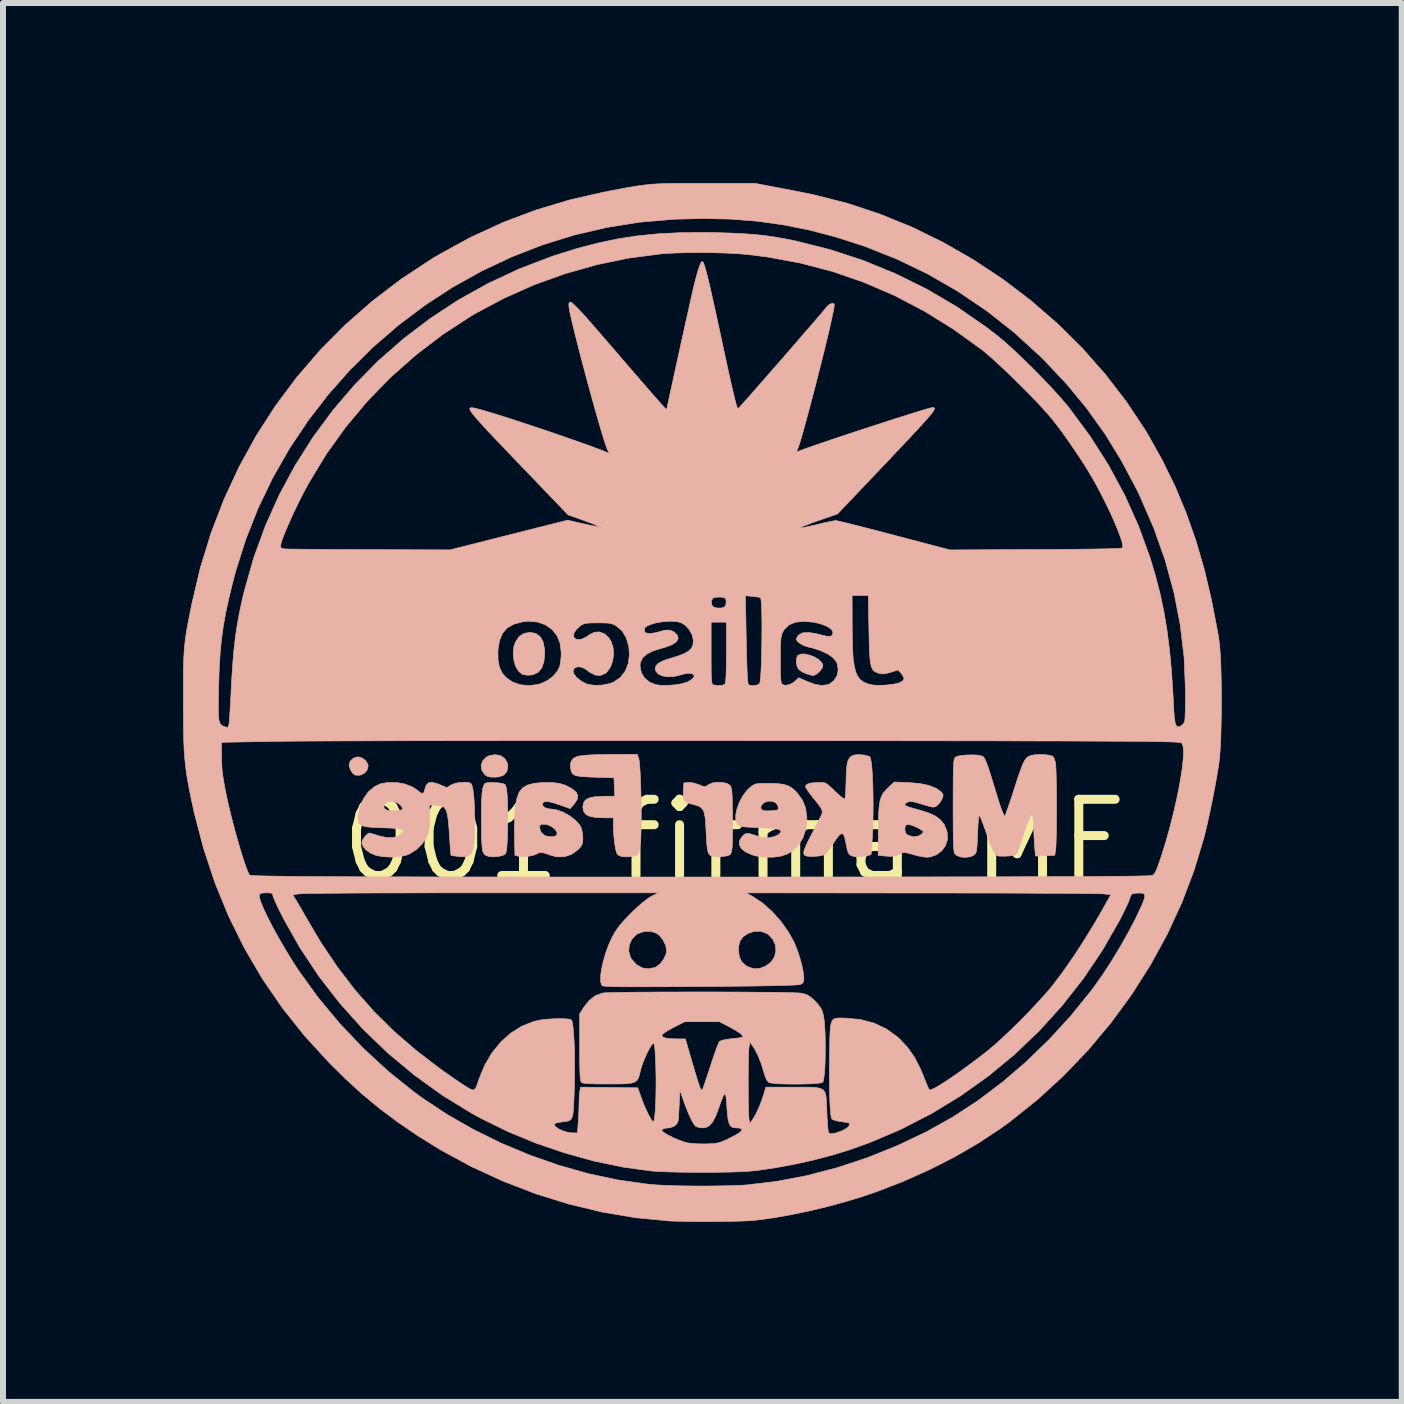
<source format=kicad_pcb>
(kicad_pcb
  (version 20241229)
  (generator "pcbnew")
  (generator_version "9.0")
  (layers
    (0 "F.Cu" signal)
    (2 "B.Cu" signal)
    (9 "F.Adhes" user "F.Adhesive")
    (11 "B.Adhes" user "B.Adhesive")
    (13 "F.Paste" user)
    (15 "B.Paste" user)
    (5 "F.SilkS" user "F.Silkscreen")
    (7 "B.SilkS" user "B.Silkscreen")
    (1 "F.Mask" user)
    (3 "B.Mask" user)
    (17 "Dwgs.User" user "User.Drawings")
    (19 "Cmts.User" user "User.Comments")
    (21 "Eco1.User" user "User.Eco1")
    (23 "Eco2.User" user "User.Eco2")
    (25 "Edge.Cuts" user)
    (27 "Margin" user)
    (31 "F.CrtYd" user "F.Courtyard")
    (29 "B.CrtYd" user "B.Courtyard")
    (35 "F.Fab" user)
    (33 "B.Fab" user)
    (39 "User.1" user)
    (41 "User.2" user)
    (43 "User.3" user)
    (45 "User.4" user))
  (footprint "001_firma_MF"
    (layer "F.Cu")
    (at 9.18 10.958)
    (property "Reference" "001_firma_MF" (at 0 0 0) (layer "F.SilkS") (effects (font (size 1.27 1.27) (thickness 0.15))))
    (attr through_hole)
    (fp_poly (pts (xy -6.198 -1.38) (xy -6.139 -1.336) (xy -6.102 -1.277) (xy -6.096 -1.242) (xy -6.115 -1.173) (xy -6.164 -1.121) (xy -6.233 -1.091) (xy -6.31 -1.093) (xy -6.313 -1.094) (xy -6.351 -1.122) (xy -6.387 -1.175) (xy -6.41 -1.237) (xy -6.413 -1.269) (xy -6.395 -1.326) (xy -6.346 -1.372) (xy -6.282 -1.396) (xy -6.264 -1.397) (xy -6.198 -1.38)) (stroke (width 0.01) (type solid)) (fill yes) (layer "B.SilkS"))
    (fp_poly (pts (xy -3.888 -1.416) (xy -3.82 -1.37) (xy -3.778 -1.299) (xy -3.768 -1.234) (xy -3.785 -1.152) (xy -3.835 -1.095) (xy -3.918 -1.064) (xy -3.99 -1.058) (xy -4.066 -1.062) (xy -4.116 -1.076) (xy -4.156 -1.106) (xy -4.16 -1.11) (xy -4.205 -1.181) (xy -4.213 -1.257) (xy -4.188 -1.33) (xy -4.132 -1.389) (xy -4.073 -1.419) (xy -3.975 -1.434) (xy -3.888 -1.416)) (stroke (width 0.01) (type solid)) (fill yes) (layer "B.SilkS"))
    (fp_poly (pts (xy 1.267 -3.091) (xy 1.349 -3.057) (xy 1.419 -3.013) (xy 1.466 -2.962) (xy 1.482 -2.916) (xy 1.466 -2.872) (xy 1.426 -2.821) (xy 1.377 -2.778) (xy 1.33 -2.754) (xy 1.319 -2.753) (xy 1.275 -2.761) (xy 1.214 -2.779) (xy 1.196 -2.785) (xy 1.133 -2.815) (xy 1.082 -2.852) (xy 1.074 -2.86) (xy 1.049 -2.913) (xy 1.038 -2.98) (xy 1.043 -3.045) (xy 1.063 -3.086) (xy 1.114 -3.11) (xy 1.185 -3.11) (xy 1.267 -3.091)) (stroke (width 0.01) (type solid)) (fill yes) (layer "B.SilkS"))
    (fp_poly (pts (xy -3.302 -3.453) (xy -3.229 -3.4) (xy -3.181 -3.314) (xy -3.157 -3.196) (xy -3.154 -3.133) (xy -3.166 -2.99) (xy -3.202 -2.882) (xy -3.261 -2.808) (xy -3.344 -2.767) (xy -3.389 -2.759) (xy -3.464 -2.76) (xy -3.527 -2.774) (xy -3.535 -2.777) (xy -3.595 -2.831) (xy -3.641 -2.914) (xy -3.669 -3.015) (xy -3.679 -3.125) (xy -3.668 -3.233) (xy -3.641 -3.312) (xy -3.58 -3.402) (xy -3.5 -3.454) (xy -3.398 -3.471) (xy -3.396 -3.471) (xy -3.302 -3.453)) (stroke (width 0.01) (type solid)) (fill yes) (layer "B.SilkS"))
    (fp_poly (pts (xy -3.966 -0.968) (xy -3.893 -0.96) (xy -3.837 -0.947) (xy -3.81 -0.932) (xy -3.794 -0.883) (xy -3.782 -0.795) (xy -3.774 -0.673) (xy -3.77 -0.521) (xy -3.769 -0.34) (xy -3.772 -0.197) (xy -3.776 -0.052) (xy -3.781 0.056) (xy -3.787 0.132) (xy -3.795 0.183) (xy -3.806 0.213) (xy -3.814 0.224) (xy -3.86 0.248) (xy -3.931 0.263) (xy -4.012 0.269) (xy -4.085 0.262) (xy -4.127 0.249) (xy -4.152 0.233) (xy -4.171 0.211) (xy -4.185 0.178) (xy -4.195 0.127) (xy -4.201 0.056) (xy -4.206 -0.043) (xy -4.208 -0.174) (xy -4.209 -0.339) (xy -4.209 -0.522) (xy -4.206 -0.667) (xy -4.199 -0.778) (xy -4.189 -0.859) (xy -4.174 -0.914) (xy -4.155 -0.948) (xy -4.145 -0.956) (xy -4.106 -0.968) (xy -4.041 -0.971) (xy -3.966 -0.968)) (stroke (width 0.01) (type solid)) (fill yes) (layer "B.SilkS"))
    (fp_poly (pts (xy -0.188 -0.971) (xy -0.111 -0.951) (xy -0.082 -0.933) (xy -0.065 -0.919) (xy -0.053 -0.902) (xy -0.044 -0.876) (xy -0.037 -0.836) (xy -0.033 -0.777) (xy -0.029 -0.692) (xy -0.027 -0.575) (xy -0.025 -0.441) (xy -0.024 -0.299) (xy -0.024 -0.165) (xy -0.025 -0.046) (xy -0.027 0.049) (xy -0.031 0.112) (xy -0.032 0.121) (xy -0.042 0.186) (xy -0.057 0.222) (xy -0.086 0.242) (xy -0.123 0.253) (xy -0.238 0.271) (xy -0.353 0.26) (xy -0.387 0.25) (xy -0.413 0.23) (xy -0.431 0.194) (xy -0.444 0.136) (xy -0.454 0.051) (xy -0.461 -0.069) (xy -0.464 -0.132) (xy -0.472 -0.277) (xy -0.481 -0.386) (xy -0.496 -0.465) (xy -0.519 -0.519) (xy -0.553 -0.557) (xy -0.603 -0.582) (xy -0.67 -0.602) (xy -0.715 -0.613) (xy -0.779 -0.632) (xy -0.82 -0.658) (xy -0.84 -0.7) (xy -0.846 -0.767) (xy -0.843 -0.848) (xy -0.836 -0.963) (xy -0.757 -0.97) (xy -0.679 -0.963) (xy -0.591 -0.937) (xy -0.58 -0.933) (xy -0.522 -0.908) (xy -0.486 -0.9) (xy -0.459 -0.909) (xy -0.429 -0.932) (xy -0.364 -0.962) (xy -0.278 -0.975) (xy -0.188 -0.971)) (stroke (width 0.01) (type solid)) (fill yes) (layer "B.SilkS"))
    (fp_poly (pts (xy -1.587 -1.371) (xy -1.579 -1.327) (xy -1.571 -1.248) (xy -1.564 -1.14) (xy -1.558 -1.01) (xy -1.553 -0.864) (xy -1.549 -0.709) (xy -1.547 -0.551) (xy -1.546 -0.398) (xy -1.547 -0.256) (xy -1.55 -0.131) (xy -1.555 -0.036) (xy -1.564 0.061) (xy -1.575 0.143) (xy -1.588 0.202) (xy -1.596 0.224) (xy -1.634 0.246) (xy -1.698 0.262) (xy -1.776 0.269) (xy -1.852 0.266) (xy -1.877 0.262) (xy -1.925 0.241) (xy -1.946 0.224) (xy -1.961 0.186) (xy -1.977 0.117) (xy -1.991 0.025) (xy -2.002 -0.078) (xy -2.009 -0.184) (xy -2.01 -0.249) (xy -2.011 -0.381) (xy -2.164 -0.381) (xy -2.301 -0.387) (xy -2.401 -0.405) (xy -2.468 -0.438) (xy -2.506 -0.488) (xy -2.519 -0.556) (xy -2.519 -0.561) (xy -2.508 -0.629) (xy -2.474 -0.679) (xy -2.412 -0.713) (xy -2.318 -0.733) (xy -2.188 -0.74) (xy -2.153 -0.741) (xy -1.988 -0.741) (xy -1.994 -0.894) (xy -2 -1.048) (xy -2.322 -1.058) (xy -2.458 -1.064) (xy -2.558 -1.071) (xy -2.627 -1.083) (xy -2.673 -1.101) (xy -2.7 -1.129) (xy -2.715 -1.169) (xy -2.724 -1.22) (xy -2.724 -1.291) (xy -2.7 -1.345) (xy -2.693 -1.354) (xy -2.667 -1.378) (xy -2.629 -1.397) (xy -2.574 -1.412) (xy -2.498 -1.422) (xy -2.395 -1.43) (xy -2.262 -1.435) (xy -2.093 -1.437) (xy -2.008 -1.438) (xy -1.613 -1.439) (xy -1.587 -1.371)) (stroke (width 0.01) (type solid)) (fill yes) (layer "B.SilkS"))
    (fp_poly (pts (xy -2.909 -0.955) (xy -2.804 -0.922) (xy -2.701 -0.867) (xy -2.698 -0.865) (xy -2.629 -0.808) (xy -2.602 -0.748) (xy -2.615 -0.681) (xy -2.667 -0.607) (xy -2.73 -0.535) (xy -2.901 -0.596) (xy -3.016 -0.633) (xy -3.099 -0.652) (xy -3.153 -0.652) (xy -3.183 -0.633) (xy -3.19 -0.621) (xy -3.186 -0.582) (xy -3.149 -0.55) (xy -3.088 -0.531) (xy -3.055 -0.529) (xy -2.952 -0.514) (xy -2.841 -0.472) (xy -2.732 -0.411) (xy -2.638 -0.338) (xy -2.569 -0.258) (xy -2.548 -0.219) (xy -2.53 -0.155) (xy -2.52 -0.075) (xy -2.519 -0.041) (xy -2.522 0.029) (xy -2.538 0.077) (xy -2.575 0.124) (xy -2.599 0.148) (xy -2.705 0.227) (xy -2.826 0.267) (xy -2.956 0.268) (xy -3.059 0.241) (xy -3.144 0.21) (xy -3.203 0.197) (xy -3.246 0.2) (xy -3.284 0.219) (xy -3.284 0.219) (xy -3.344 0.243) (xy -3.428 0.26) (xy -3.516 0.266) (xy -3.589 0.26) (xy -3.598 0.257) (xy -3.651 0.242) (xy -3.657 -0.075) (xy -3.658 -0.205) (xy -3.658 -0.215) (xy -3.239 -0.215) (xy -3.219 -0.147) (xy -3.165 -0.094) (xy -3.133 -0.079) (xy -3.071 -0.067) (xy -3.006 -0.069) (xy -2.967 -0.082) (xy -2.945 -0.114) (xy -2.956 -0.156) (xy -2.991 -0.199) (xy -3.044 -0.238) (xy -3.107 -0.266) (xy -3.168 -0.275) (xy -3.216 -0.271) (xy -3.235 -0.252) (xy -3.239 -0.215) (xy -3.658 -0.215) (xy -3.656 -0.337) (xy -3.651 -0.458) (xy -3.644 -0.553) (xy -3.642 -0.568) (xy -3.618 -0.704) (xy -3.581 -0.806) (xy -3.524 -0.879) (xy -3.442 -0.927) (xy -3.33 -0.956) (xy -3.183 -0.97) (xy -3.18 -0.97) (xy -3.03 -0.97) (xy -2.909 -0.955)) (stroke (width 0.01) (type solid)) (fill yes) (layer "B.SilkS"))
    (fp_poly (pts (xy 0.736 -0.951) (xy 0.83 -0.938) (xy 0.904 -0.914) (xy 0.966 -0.878) (xy 1.023 -0.828) (xy 1.05 -0.799) (xy 1.141 -0.675) (xy 1.194 -0.54) (xy 1.214 -0.387) (xy 1.214 -0.37) (xy 1.198 -0.199) (xy 1.148 -0.047) (xy 1.068 0.08) (xy 0.959 0.18) (xy 0.88 0.225) (xy 0.772 0.259) (xy 0.641 0.275) (xy 0.501 0.273) (xy 0.367 0.254) (xy 0.301 0.235) (xy 0.192 0.186) (xy 0.121 0.128) (xy 0.088 0.063) (xy 0.094 -0.006) (xy 0.137 -0.071) (xy 0.171 -0.105) (xy 0.203 -0.121) (xy 0.244 -0.121) (xy 0.305 -0.105) (xy 0.371 -0.083) (xy 0.476 -0.054) (xy 0.565 -0.048) (xy 0.591 -0.051) (xy 0.673 -0.069) (xy 0.734 -0.097) (xy 0.772 -0.129) (xy 0.782 -0.16) (xy 0.759 -0.186) (xy 0.714 -0.199) (xy 0.667 -0.204) (xy 0.588 -0.209) (xy 0.488 -0.215) (xy 0.378 -0.22) (xy 0.37 -0.22) (xy 0.257 -0.225) (xy 0.178 -0.23) (xy 0.125 -0.238) (xy 0.092 -0.248) (xy 0.07 -0.264) (xy 0.056 -0.279) (xy 0.03 -0.342) (xy 0.029 -0.428) (xy 0.049 -0.529) (xy 0.065 -0.573) (xy 0.449 -0.573) (xy 0.45 -0.53) (xy 0.484 -0.503) (xy 0.492 -0.501) (xy 0.538 -0.497) (xy 0.601 -0.498) (xy 0.666 -0.503) (xy 0.717 -0.51) (xy 0.736 -0.518) (xy 0.739 -0.543) (xy 0.732 -0.581) (xy 0.701 -0.628) (xy 0.645 -0.655) (xy 0.577 -0.66) (xy 0.511 -0.64) (xy 0.482 -0.619) (xy 0.449 -0.573) (xy 0.065 -0.573) (xy 0.088 -0.636) (xy 0.142 -0.739) (xy 0.21 -0.831) (xy 0.246 -0.868) (xy 0.303 -0.917) (xy 0.35 -0.942) (xy 0.407 -0.953) (xy 0.46 -0.955) (xy 0.615 -0.956) (xy 0.736 -0.951)) (stroke (width 0.01) (type solid)) (fill yes) (layer "B.SilkS"))
    (fp_poly (pts (xy 2.907 -0.969) (xy 3.093 -0.953) (xy 3.248 -0.921) (xy 3.369 -0.873) (xy 3.446 -0.818) (xy 3.477 -0.783) (xy 3.484 -0.752) (xy 3.47 -0.707) (xy 3.464 -0.693) (xy 3.429 -0.633) (xy 3.385 -0.586) (xy 3.379 -0.582) (xy 3.351 -0.566) (xy 3.322 -0.56) (xy 3.282 -0.565) (xy 3.22 -0.582) (xy 3.154 -0.602) (xy 3.053 -0.632) (xy 2.983 -0.649) (xy 2.935 -0.653) (xy 2.899 -0.646) (xy 2.869 -0.628) (xy 2.849 -0.61) (xy 2.847 -0.594) (xy 2.868 -0.579) (xy 2.917 -0.56) (xy 2.999 -0.536) (xy 3.075 -0.516) (xy 3.232 -0.467) (xy 3.352 -0.413) (xy 3.44 -0.348) (xy 3.502 -0.27) (xy 3.542 -0.174) (xy 3.552 -0.134) (xy 3.557 -0.024) (xy 3.525 0.078) (xy 3.463 0.166) (xy 3.377 0.232) (xy 3.273 0.27) (xy 3.212 0.275) (xy 3.151 0.269) (xy 3.072 0.254) (xy 3.026 0.242) (xy 2.931 0.216) (xy 2.869 0.2) (xy 2.829 0.195) (xy 2.803 0.199) (xy 2.784 0.212) (xy 2.777 0.217) (xy 2.708 0.25) (xy 2.604 0.261) (xy 2.508 0.255) (xy 2.402 0.243) (xy 2.405 -0.16) (xy 2.405 -0.191) (xy 2.847 -0.191) (xy 2.855 -0.133) (xy 2.886 -0.099) (xy 2.9 -0.091) (xy 2.988 -0.066) (xy 3.071 -0.078) (xy 3.107 -0.096) (xy 3.142 -0.127) (xy 3.154 -0.149) (xy 3.136 -0.171) (xy 3.09 -0.2) (xy 3.029 -0.23) (xy 2.966 -0.256) (xy 2.914 -0.27) (xy 2.893 -0.271) (xy 2.861 -0.258) (xy 2.848 -0.222) (xy 2.847 -0.191) (xy 2.405 -0.191) (xy 2.407 -0.335) (xy 2.411 -0.474) (xy 2.42 -0.583) (xy 2.434 -0.667) (xy 2.455 -0.734) (xy 2.483 -0.788) (xy 2.522 -0.836) (xy 2.564 -0.879) (xy 2.67 -0.978) (xy 2.907 -0.969)) (stroke (width 0.01) (type solid)) (fill yes) (layer "B.SilkS"))
    (fp_poly (pts (xy 2.162 -1.428) (xy 2.234 -1.411) (xy 2.262 -1.399) (xy 2.276 -1.369) (xy 2.288 -1.303) (xy 2.298 -1.206) (xy 2.306 -1.083) (xy 2.313 -0.939) (xy 2.316 -0.781) (xy 2.318 -0.614) (xy 2.317 -0.442) (xy 2.314 -0.273) (xy 2.308 -0.11) (xy 2.299 0.04) (xy 2.294 0.1) (xy 2.283 0.232) (xy 2.196 0.255) (xy 2.116 0.267) (xy 2.031 0.267) (xy 2.017 0.265) (xy 1.963 0.253) (xy 1.927 0.233) (xy 1.901 0.194) (xy 1.882 0.13) (xy 1.863 0.033) (xy 1.845 -0.054) (xy 1.824 -0.105) (xy 1.796 -0.12) (xy 1.76 -0.099) (xy 1.711 -0.04) (xy 1.646 0.055) (xy 1.64 0.064) (xy 1.594 0.133) (xy 1.553 0.189) (xy 1.525 0.222) (xy 1.522 0.225) (xy 1.48 0.242) (xy 1.412 0.255) (xy 1.332 0.262) (xy 1.257 0.262) (xy 1.206 0.255) (xy 1.176 0.241) (xy 1.162 0.217) (xy 1.164 0.176) (xy 1.185 0.115) (xy 1.225 0.026) (xy 1.274 -0.071) (xy 1.325 -0.169) (xy 1.374 -0.265) (xy 1.414 -0.344) (xy 1.435 -0.384) (xy 1.458 -0.431) (xy 1.47 -0.469) (xy 1.467 -0.504) (xy 1.448 -0.546) (xy 1.409 -0.602) (xy 1.347 -0.679) (xy 1.314 -0.72) (xy 1.259 -0.791) (xy 1.217 -0.853) (xy 1.193 -0.896) (xy 1.19 -0.909) (xy 1.217 -0.941) (xy 1.283 -0.961) (xy 1.389 -0.971) (xy 1.415 -0.972) (xy 1.467 -0.972) (xy 1.506 -0.966) (xy 1.543 -0.949) (xy 1.586 -0.916) (xy 1.645 -0.861) (xy 1.684 -0.822) (xy 1.765 -0.748) (xy 1.819 -0.706) (xy 1.847 -0.697) (xy 1.85 -0.701) (xy 1.854 -0.732) (xy 1.859 -0.797) (xy 1.863 -0.886) (xy 1.867 -0.992) (xy 1.867 -1.018) (xy 1.873 -1.157) (xy 1.882 -1.26) (xy 1.899 -1.333) (xy 1.924 -1.381) (xy 1.959 -1.411) (xy 2.007 -1.428) (xy 2.011 -1.429) (xy 2.081 -1.434) (xy 2.162 -1.428)) (stroke (width 0.01) (type solid)) (fill yes) (layer "B.SilkS"))
    (fp_poly (pts (xy -4.412 -0.966) (xy -4.384 -0.955) (xy -4.365 -0.921) (xy -4.349 -0.85) (xy -4.336 -0.744) (xy -4.327 -0.608) (xy -4.322 -0.446) (xy -4.321 -0.318) (xy -4.323 -0.14) (xy -4.329 -0.001) (xy -4.341 0.104) (xy -4.362 0.179) (xy -4.393 0.229) (xy -4.435 0.257) (xy -4.492 0.268) (xy -4.564 0.266) (xy -4.582 0.264) (xy -4.65 0.255) (xy -4.699 0.248) (xy -4.715 0.244) (xy -4.719 0.222) (xy -4.724 0.166) (xy -4.73 0.081) (xy -4.737 -0.023) (xy -4.741 -0.087) (xy -4.752 -0.247) (xy -4.765 -0.369) (xy -4.781 -0.459) (xy -4.804 -0.521) (xy -4.836 -0.561) (xy -4.879 -0.582) (xy -4.935 -0.591) (xy -4.981 -0.593) (xy -5.075 -0.593) (xy -5.072 -0.386) (xy -5.072 -0.282) (xy -5.078 -0.206) (xy -5.09 -0.146) (xy -5.112 -0.087) (xy -5.12 -0.068) (xy -5.193 0.049) (xy -5.293 0.148) (xy -5.409 0.221) (xy -5.468 0.244) (xy -5.581 0.265) (xy -5.715 0.273) (xy -5.848 0.266) (xy -5.963 0.245) (xy -5.972 0.242) (xy -6.059 0.204) (xy -6.133 0.151) (xy -6.183 0.093) (xy -6.202 0.037) (xy -6.189 -0.009) (xy -6.157 -0.061) (xy -6.117 -0.105) (xy -6.08 -0.127) (xy -6.076 -0.127) (xy -6.046 -0.121) (xy -5.989 -0.104) (xy -5.918 -0.082) (xy -5.788 -0.052) (xy -5.675 -0.052) (xy -5.585 -0.082) (xy -5.549 -0.107) (xy -5.518 -0.139) (xy -5.507 -0.164) (xy -5.518 -0.182) (xy -5.556 -0.195) (xy -5.624 -0.205) (xy -5.727 -0.211) (xy -5.867 -0.216) (xy -5.897 -0.217) (xy -6.033 -0.223) (xy -6.132 -0.233) (xy -6.199 -0.251) (xy -6.239 -0.28) (xy -6.259 -0.322) (xy -6.263 -0.381) (xy -6.26 -0.421) (xy -6.23 -0.57) (xy -6.227 -0.576) (xy -5.834 -0.576) (xy -5.827 -0.536) (xy -5.78 -0.508) (xy -5.768 -0.504) (xy -5.715 -0.499) (xy -5.649 -0.499) (xy -5.585 -0.504) (xy -5.539 -0.513) (xy -5.528 -0.519) (xy -5.526 -0.546) (xy -5.551 -0.586) (xy -5.596 -0.625) (xy -5.598 -0.626) (xy -5.676 -0.658) (xy -5.752 -0.652) (xy -5.801 -0.623) (xy -5.834 -0.576) (xy -6.227 -0.576) (xy -6.171 -0.705) (xy -6.089 -0.818) (xy -5.987 -0.903) (xy -5.888 -0.949) (xy -5.759 -0.972) (xy -5.62 -0.97) (xy -5.485 -0.945) (xy -5.364 -0.899) (xy -5.283 -0.846) (xy -5.226 -0.8) (xy -5.189 -0.787) (xy -5.167 -0.807) (xy -5.153 -0.852) (xy -5.129 -0.924) (xy -5.091 -0.964) (xy -5.034 -0.973) (xy -4.951 -0.954) (xy -4.889 -0.929) (xy -4.785 -0.885) (xy -4.713 -0.929) (xy -4.649 -0.955) (xy -4.567 -0.971) (xy -4.482 -0.975) (xy -4.412 -0.966)) (stroke (width 0.01) (type solid)) (fill yes) (layer "B.SilkS"))
    (fp_poly (pts (xy 5.169 -1.434) (xy 5.245 -1.426) (xy 5.299 -1.413) (xy 5.314 -1.404) (xy 5.334 -1.369) (xy 5.353 -1.313) (xy 5.356 -1.299) (xy 5.361 -1.256) (xy 5.365 -1.178) (xy 5.369 -1.071) (xy 5.371 -0.941) (xy 5.373 -0.795) (xy 5.374 -0.639) (xy 5.374 -0.481) (xy 5.373 -0.326) (xy 5.372 -0.182) (xy 5.369 -0.055) (xy 5.366 0.048) (xy 5.362 0.122) (xy 5.359 0.148) (xy 5.345 0.243) (xy 5.184 0.25) (xy 5.023 0.256) (xy 5.009 0.093) (xy 5.002 -0.014) (xy 4.996 -0.131) (xy 4.994 -0.22) (xy 4.991 -0.302) (xy 4.984 -0.371) (xy 4.975 -0.413) (xy 4.963 -0.433) (xy 4.949 -0.426) (xy 4.928 -0.386) (xy 4.916 -0.36) (xy 4.892 -0.3) (xy 4.86 -0.213) (xy 4.824 -0.111) (xy 4.797 -0.032) (xy 4.765 0.063) (xy 4.737 0.143) (xy 4.715 0.201) (xy 4.704 0.225) (xy 4.674 0.24) (xy 4.612 0.251) (xy 4.529 0.257) (xy 4.434 0.257) (xy 4.417 0.257) (xy 4.389 0.251) (xy 4.363 0.232) (xy 4.336 0.196) (xy 4.307 0.138) (xy 4.271 0.054) (xy 4.228 -0.062) (xy 4.181 -0.196) (xy 4.148 -0.286) (xy 4.119 -0.359) (xy 4.097 -0.408) (xy 4.086 -0.423) (xy 4.08 -0.403) (xy 4.073 -0.349) (xy 4.066 -0.266) (xy 4.061 -0.164) (xy 4.059 -0.112) (xy 4.054 0.01) (xy 4.048 0.097) (xy 4.042 0.155) (xy 4.033 0.193) (xy 4.02 0.218) (xy 4.002 0.236) (xy 4 0.237) (xy 3.94 0.266) (xy 3.861 0.277) (xy 3.78 0.271) (xy 3.714 0.248) (xy 3.692 0.231) (xy 3.681 0.217) (xy 3.672 0.199) (xy 3.666 0.172) (xy 3.661 0.132) (xy 3.657 0.075) (xy 3.654 -0.004) (xy 3.653 -0.109) (xy 3.652 -0.244) (xy 3.651 -0.413) (xy 3.651 -0.584) (xy 3.651 -0.786) (xy 3.652 -0.95) (xy 3.653 -1.08) (xy 3.655 -1.18) (xy 3.658 -1.255) (xy 3.662 -1.309) (xy 3.667 -1.346) (xy 3.675 -1.37) (xy 3.683 -1.385) (xy 3.688 -1.39) (xy 3.728 -1.409) (xy 3.799 -1.422) (xy 3.886 -1.429) (xy 3.978 -1.43) (xy 4.063 -1.425) (xy 4.128 -1.412) (xy 4.156 -1.399) (xy 4.176 -1.368) (xy 4.204 -1.306) (xy 4.236 -1.221) (xy 4.264 -1.135) (xy 4.302 -1.011) (xy 4.346 -0.868) (xy 4.389 -0.727) (xy 4.413 -0.651) (xy 4.443 -0.556) (xy 4.471 -0.477) (xy 4.492 -0.424) (xy 4.505 -0.402) (xy 4.505 -0.402) (xy 4.517 -0.421) (xy 4.538 -0.475) (xy 4.568 -0.557) (xy 4.604 -0.662) (xy 4.644 -0.784) (xy 4.655 -0.82) (xy 4.709 -0.987) (xy 4.753 -1.118) (xy 4.789 -1.218) (xy 4.819 -1.291) (xy 4.847 -1.343) (xy 4.873 -1.378) (xy 4.901 -1.4) (xy 4.933 -1.415) (xy 4.944 -1.419) (xy 5.005 -1.431) (xy 5.085 -1.436) (xy 5.169 -1.434)) (stroke (width 0.01) (type solid)) (fill yes) (layer "B.SilkS"))
    (fp_poly (pts (xy -0.497 -10.953) (xy 0.349 -10.953) (xy 0.72 -10.883) (xy 0.863 -10.856) (xy 1.013 -10.827) (xy 1.158 -10.798) (xy 1.281 -10.773) (xy 1.333 -10.762) (xy 1.888 -10.621) (xy 2.434 -10.44) (xy 2.969 -10.222) (xy 3.49 -9.967) (xy 3.994 -9.677) (xy 4.48 -9.355) (xy 4.944 -9.002) (xy 5.384 -8.621) (xy 5.798 -8.212) (xy 6.181 -7.778) (xy 6.533 -7.322) (xy 6.851 -6.844) (xy 6.902 -6.759) (xy 7.136 -6.34) (xy 7.345 -5.913) (xy 7.529 -5.473) (xy 7.691 -5.016) (xy 7.832 -4.535) (xy 7.953 -4.026) (xy 8.058 -3.484) (xy 8.079 -3.355) (xy 8.092 -3.25) (xy 8.102 -3.109) (xy 8.111 -2.94) (xy 8.116 -2.75) (xy 8.12 -2.545) (xy 8.121 -2.332) (xy 8.12 -2.119) (xy 8.116 -1.912) (xy 8.111 -1.718) (xy 8.102 -1.544) (xy 8.092 -1.397) (xy 8.079 -1.285) (xy 8.079 -1.281) (xy 8.05 -1.107) (xy 8.015 -0.909) (xy 7.975 -0.7) (xy 7.932 -0.492) (xy 7.889 -0.297) (xy 7.849 -0.126) (xy 7.833 -0.061) (xy 7.667 0.49) (xy 7.462 1.03) (xy 7.219 1.557) (xy 6.939 2.069) (xy 6.625 2.563) (xy 6.278 3.037) (xy 5.899 3.489) (xy 5.491 3.915) (xy 5.056 4.314) (xy 4.594 4.683) (xy 4.434 4.799) (xy 4.07 5.039) (xy 3.673 5.269) (xy 3.251 5.484) (xy 2.814 5.679) (xy 2.37 5.85) (xy 2.12 5.935) (xy 1.837 6.02) (xy 1.54 6.1) (xy 1.239 6.172) (xy 0.943 6.233) (xy 0.662 6.283) (xy 0.407 6.318) (xy 0.318 6.327) (xy 0.23 6.333) (xy 0.108 6.338) (xy -0.039 6.342) (xy -0.204 6.344) (xy -0.379 6.346) (xy -0.555 6.346) (xy -0.723 6.345) (xy -0.877 6.342) (xy -1.007 6.339) (xy -1.079 6.335) (xy -1.636 6.282) (xy -2.194 6.188) (xy -2.752 6.054) (xy -3.304 5.882) (xy -3.847 5.673) (xy -4.379 5.428) (xy -4.895 5.148) (xy -5.267 4.917) (xy -5.597 4.692) (xy -5.902 4.464) (xy -6.192 4.224) (xy -6.478 3.963) (xy -6.752 3.691) (xy -7.158 3.247) (xy -7.528 2.782) (xy -7.861 2.296) (xy -8.158 1.789) (xy -8.419 1.26) (xy -8.567 0.901) (xy -7.909 0.901) (xy -7.908 0.943) (xy -7.886 1.017) (xy -7.845 1.117) (xy -7.789 1.239) (xy -7.719 1.378) (xy -7.637 1.53) (xy -7.547 1.69) (xy -7.45 1.854) (xy -7.349 2.018) (xy -7.25 2.17) (xy -6.926 2.618) (xy -6.566 3.05) (xy -6.176 3.46) (xy -5.761 3.842) (xy -5.327 4.19) (xy -5.197 4.285) (xy -4.781 4.561) (xy -4.339 4.813) (xy -3.878 5.04) (xy -3.401 5.239) (xy -2.916 5.409) (xy -2.428 5.547) (xy -1.943 5.651) (xy -1.467 5.719) (xy -1.302 5.734) (xy -1.162 5.742) (xy -0.992 5.748) (xy -0.8 5.752) (xy -0.597 5.754) (xy -0.392 5.753) (xy -0.194 5.751) (xy -0.013 5.746) (xy 0.14 5.74) (xy 0.213 5.735) (xy 0.71 5.676) (xy 1.215 5.58) (xy 1.723 5.447) (xy 2.227 5.28) (xy 2.723 5.08) (xy 3.205 4.851) (xy 3.654 4.6) (xy 4.067 4.329) (xy 4.475 4.021) (xy 4.871 3.681) (xy 5.251 3.312) (xy 5.61 2.921) (xy 5.942 2.511) (xy 6.003 2.43) (xy 6.147 2.226) (xy 6.294 2) (xy 6.437 1.763) (xy 6.572 1.524) (xy 6.692 1.296) (xy 6.789 1.087) (xy 6.796 1.073) (xy 6.832 0.982) (xy 6.847 0.922) (xy 6.836 0.888) (xy 6.799 0.873) (xy 6.732 0.872) (xy 6.712 0.873) (xy 6.653 0.879) (xy 6.622 0.896) (xy 6.602 0.937) (xy 6.593 0.967) (xy 6.574 1.018) (xy 6.539 1.096) (xy 6.492 1.193) (xy 6.439 1.297) (xy 6.424 1.326) (xy 6.138 1.825) (xy 5.818 2.3) (xy 5.466 2.748) (xy 5.084 3.169) (xy 4.674 3.561) (xy 4.237 3.922) (xy 3.775 4.251) (xy 3.289 4.547) (xy 2.782 4.808) (xy 2.255 5.032) (xy 1.926 5.15) (xy 1.642 5.237) (xy 1.334 5.318) (xy 1.017 5.389) (xy 0.703 5.447) (xy 0.407 5.491) (xy 0.288 5.504) (xy 0.182 5.512) (xy 0.042 5.518) (xy -0.125 5.522) (xy -0.308 5.525) (xy -0.502 5.526) (xy -0.697 5.525) (xy -0.886 5.523) (xy -1.06 5.519) (xy -1.211 5.514) (xy -1.331 5.507) (xy -1.367 5.504) (xy -1.844 5.439) (xy -2.331 5.338) (xy -2.819 5.203) (xy -3.302 5.038) (xy -3.77 4.845) (xy -4.216 4.626) (xy -4.371 4.541) (xy -4.864 4.238) (xy -5.331 3.901) (xy -5.771 3.534) (xy -6.183 3.137) (xy -6.564 2.712) (xy -6.914 2.262) (xy -7.23 1.787) (xy -7.511 1.289) (xy -7.54 1.231) (xy -7.591 1.129) (xy -7.634 1.037) (xy -7.665 0.964) (xy -7.682 0.918) (xy -7.684 0.908) (xy -7.684 0.906) (xy -7.346 0.906) (xy -7.345 0.92) (xy -7.337 0.929) (xy -7.316 0.959) (xy -7.28 1.019) (xy -7.232 1.1) (xy -7.177 1.196) (xy -7.154 1.238) (xy -6.887 1.69) (xy -6.609 2.104) (xy -6.315 2.487) (xy -6.002 2.843) (xy -5.664 3.177) (xy -5.298 3.493) (xy -4.94 3.768) (xy -4.829 3.848) (xy -4.716 3.927) (xy -4.612 3.999) (xy -4.526 4.057) (xy -4.491 4.08) (xy -4.414 4.127) (xy -4.362 4.152) (xy -4.328 4.15) (xy -4.302 4.118) (xy -4.276 4.053) (xy -4.252 3.979) (xy -4.157 3.747) (xy -4.035 3.538) (xy -3.889 3.358) (xy -3.723 3.208) (xy -3.539 3.092) (xy -3.341 3.013) (xy -3.262 2.994) (xy -3.178 2.98) (xy -3.078 2.971) (xy -2.972 2.966) (xy -2.872 2.965) (xy -2.787 2.969) (xy -2.727 2.977) (xy -2.71 2.984) (xy -2.697 3.013) (xy -2.685 3.079) (xy -2.675 3.177) (xy -2.667 3.302) (xy -2.66 3.448) (xy -2.657 3.611) (xy -2.655 3.785) (xy -2.657 3.965) (xy -2.661 4.145) (xy -2.663 4.199) (xy -2.669 4.35) (xy -2.675 4.465) (xy -2.683 4.548) (xy -2.696 4.605) (xy -2.716 4.642) (xy -2.745 4.663) (xy -2.785 4.675) (xy -2.838 4.682) (xy -2.858 4.685) (xy -2.939 4.697) (xy -2.983 4.711) (xy -2.995 4.73) (xy -2.98 4.757) (xy -2.927 4.799) (xy -2.848 4.836) (xy -2.761 4.861) (xy -2.697 4.868) (xy -2.61 4.868) (xy -2.606 4.823) (xy -1.204 4.823) (xy -1.19 4.845) (xy -1.175 4.857) (xy -1.105 4.901) (xy -1.011 4.948) (xy -0.908 4.992) (xy -0.813 5.025) (xy -0.772 5.035) (xy -0.702 5.044) (xy -0.607 5.05) (xy -0.503 5.052) (xy -0.465 5.052) (xy -0.365 5.048) (xy -0.291 5.04) (xy -0.226 5.023) (xy -0.154 4.994) (xy -0.095 4.967) (xy 0.021 4.908) (xy 0.097 4.861) (xy 0.132 4.825) (xy 0.127 4.8) (xy 0.082 4.787) (xy 0.027 4.784) (xy -0.021 4.778) (xy -0.056 4.756) (xy -0.081 4.713) (xy -0.099 4.643) (xy -0.111 4.541) (xy -0.119 4.437) (xy -0.126 4.326) (xy -0.135 4.254) (xy -0.147 4.221) (xy -0.164 4.227) (xy -0.188 4.272) (xy -0.221 4.358) (xy -0.256 4.459) (xy -0.306 4.59) (xy -0.355 4.683) (xy -0.405 4.743) (xy -0.462 4.775) (xy -0.523 4.784) (xy -0.586 4.777) (xy -0.635 4.761) (xy -0.641 4.757) (xy -0.67 4.72) (xy -0.709 4.65) (xy -0.754 4.555) (xy -0.8 4.441) (xy -0.846 4.317) (xy -0.849 4.307) (xy -0.9 4.159) (xy -0.913 4.392) (xy -0.918 4.49) (xy -0.923 4.575) (xy -0.927 4.637) (xy -0.929 4.662) (xy -0.952 4.717) (xy -1.003 4.761) (xy -1.07 4.783) (xy -1.085 4.784) (xy -1.143 4.79) (xy -1.185 4.804) (xy -1.204 4.823) (xy -2.606 4.823) (xy -2.596 4.706) (xy -2.589 4.599) (xy -2.584 4.48) (xy -2.582 4.392) (xy -2.58 4.304) (xy -2.576 4.225) (xy -2.569 4.172) (xy -2.556 4.106) (xy -2.08 4.111) (xy -1.604 4.117) (xy -1.545 4.282) (xy -1.507 4.384) (xy -1.465 4.481) (xy -1.423 4.567) (xy -1.386 4.634) (xy -1.357 4.675) (xy -1.342 4.683) (xy -1.331 4.66) (xy -1.322 4.601) (xy -1.313 4.511) (xy -1.307 4.397) (xy -1.302 4.265) (xy -1.3 4.12) (xy -1.299 3.969) (xy -1.302 3.818) (xy -1.304 3.751) (xy -1.31 3.598) (xy -1.317 3.486) (xy -1.325 3.412) (xy -1.334 3.376) (xy -1.34 3.371) (xy -1.368 3.397) (xy -1.404 3.453) (xy -1.445 3.531) (xy -1.486 3.621) (xy -1.523 3.713) (xy -1.55 3.798) (xy -1.558 3.827) (xy -1.574 3.898) (xy -1.593 3.953) (xy -1.617 3.993) (xy -1.655 4.021) (xy -1.71 4.038) (xy -1.788 4.048) (xy -1.895 4.052) (xy -2.037 4.053) (xy -2.109 4.053) (xy -2.262 4.053) (xy -2.377 4.05) (xy -2.459 4.046) (xy -2.512 4.039) (xy -2.54 4.029) (xy -2.544 4.026) (xy -2.553 4.007) (xy -2.56 3.968) (xy -2.565 3.905) (xy -2.569 3.813) (xy -2.571 3.688) (xy -2.572 3.528) (xy -2.572 3.442) (xy -2.572 3.241) (xy -1.202 3.241) (xy -1.19 3.269) (xy -1.141 3.288) (xy -1.053 3.299) (xy -0.943 3.302) (xy -0.811 3.302) (xy -0.698 3.688) (xy -0.653 3.843) (xy -0.617 3.961) (xy -0.59 4.047) (xy -0.569 4.105) (xy -0.554 4.139) (xy -0.542 4.154) (xy -0.533 4.152) (xy -0.525 4.144) (xy -0.514 4.116) (xy -0.492 4.054) (xy -0.462 3.966) (xy -0.426 3.859) (xy -0.39 3.747) (xy -0.35 3.626) (xy -0.313 3.519) (xy -0.281 3.432) (xy -0.256 3.371) (xy -0.242 3.345) (xy -0.202 3.326) (xy -0.129 3.31) (xy -0.041 3.299) (xy 0.04 3.291) (xy 0.104 3.282) (xy 0.14 3.274) (xy 0.143 3.272) (xy 0.141 3.247) (xy 0.103 3.21) (xy 0.032 3.162) (xy -0.067 3.106) (xy -0.085 3.097) (xy -0.243 3.016) (xy -0.821 3.016) (xy -1.008 3.111) (xy -1.089 3.155) (xy -1.153 3.196) (xy -1.193 3.228) (xy -1.202 3.241) (xy -2.572 3.241) (xy -2.572 2.886) (xy -2.508 2.784) (xy -2.415 2.664) (xy -2.309 2.582) (xy -2.193 2.539) (xy -2.186 2.538) (xy -2.143 2.534) (xy -2.062 2.531) (xy -1.947 2.529) (xy -1.803 2.526) (xy -1.633 2.524) (xy -1.442 2.523) (xy -1.234 2.521) (xy -1.014 2.521) (xy -0.784 2.52) (xy -0.55 2.52) (xy -0.316 2.52) (xy -0.086 2.521) (xy 0.137 2.522) (xy 0.347 2.524) (xy 0.541 2.525) (xy 0.714 2.527) (xy 0.862 2.53) (xy 0.982 2.533) (xy 1.069 2.536) (xy 1.118 2.54) (xy 1.124 2.54) (xy 1.206 2.563) (xy 1.273 2.602) (xy 1.33 2.652) (xy 1.391 2.715) (xy 1.436 2.773) (xy 1.469 2.835) (xy 1.49 2.909) (xy 1.504 3.004) (xy 1.513 3.127) (xy 1.518 3.224) (xy 1.521 3.37) (xy 1.521 3.517) (xy 1.519 3.658) (xy 1.513 3.786) (xy 1.505 3.893) (xy 1.494 3.974) (xy 1.482 4.02) (xy 1.481 4.023) (xy 1.454 4.034) (xy 1.392 4.042) (xy 1.304 4.049) (xy 1.197 4.053) (xy 1.079 4.055) (xy 0.958 4.055) (xy 0.841 4.053) (xy 0.736 4.049) (xy 0.652 4.042) (xy 0.595 4.033) (xy 0.58 4.028) (xy 0.545 3.989) (xy 0.514 3.914) (xy 0.5 3.864) (xy 0.458 3.725) (xy 0.404 3.589) (xy 0.345 3.473) (xy 0.313 3.423) (xy 0.265 3.356) (xy 0.25 3.44) (xy 0.246 3.487) (xy 0.242 3.568) (xy 0.24 3.676) (xy 0.238 3.803) (xy 0.237 3.943) (xy 0.237 4.088) (xy 0.238 4.23) (xy 0.239 4.363) (xy 0.242 4.479) (xy 0.245 4.571) (xy 0.249 4.631) (xy 0.251 4.646) (xy 0.265 4.709) (xy 0.311 4.645) (xy 0.36 4.562) (xy 0.412 4.453) (xy 0.461 4.331) (xy 0.496 4.225) (xy 0.53 4.106) (xy 0.982 4.106) (xy 1.149 4.106) (xy 1.278 4.107) (xy 1.374 4.113) (xy 1.443 4.128) (xy 1.489 4.154) (xy 1.518 4.196) (xy 1.533 4.258) (xy 1.54 4.342) (xy 1.545 4.452) (xy 1.547 4.514) (xy 1.552 4.629) (xy 1.559 4.729) (xy 1.566 4.808) (xy 1.573 4.857) (xy 1.576 4.867) (xy 1.611 4.884) (xy 1.676 4.876) (xy 1.77 4.845) (xy 1.812 4.827) (xy 1.878 4.79) (xy 1.918 4.751) (xy 1.926 4.717) (xy 1.92 4.707) (xy 1.894 4.698) (xy 1.839 4.688) (xy 1.778 4.679) (xy 1.706 4.667) (xy 1.652 4.65) (xy 1.63 4.636) (xy 1.617 4.593) (xy 1.607 4.511) (xy 1.599 4.393) (xy 1.593 4.243) (xy 1.589 4.063) (xy 1.589 3.857) (xy 1.591 3.628) (xy 1.591 3.597) (xy 1.594 3.414) (xy 1.597 3.27) (xy 1.602 3.159) (xy 1.61 3.078) (xy 1.625 3.021) (xy 1.647 2.984) (xy 1.678 2.964) (xy 1.721 2.955) (xy 1.776 2.954) (xy 1.846 2.956) (xy 1.858 2.956) (xy 2.105 2.979) (xy 2.33 3.038) (xy 2.535 3.134) (xy 2.72 3.267) (xy 2.759 3.302) (xy 2.895 3.447) (xy 3.008 3.609) (xy 3.105 3.798) (xy 3.155 3.918) (xy 3.19 4.007) (xy 3.221 4.082) (xy 3.244 4.134) (xy 3.255 4.152) (xy 3.282 4.15) (xy 3.338 4.125) (xy 3.419 4.078) (xy 3.522 4.013) (xy 3.642 3.933) (xy 3.776 3.839) (xy 3.92 3.734) (xy 4.07 3.622) (xy 4.222 3.504) (xy 4.233 3.495) (xy 4.345 3.401) (xy 4.476 3.282) (xy 4.621 3.145) (xy 4.771 2.997) (xy 4.92 2.845) (xy 5.06 2.696) (xy 5.185 2.558) (xy 5.288 2.437) (xy 5.299 2.424) (xy 5.475 2.191) (xy 5.659 1.928) (xy 5.842 1.646) (xy 6.02 1.354) (xy 6.081 1.249) (xy 6.279 0.9) (xy 6.161 0.886) (xy 6.126 0.884) (xy 6.051 0.883) (xy 5.939 0.881) (xy 5.792 0.88) (xy 5.613 0.878) (xy 5.405 0.877) (xy 5.169 0.876) (xy 4.909 0.874) (xy 4.627 0.873) (xy 4.325 0.872) (xy 4.007 0.872) (xy 3.674 0.871) (xy 3.329 0.871) (xy 3.122 0.871) (xy 0.201 0.869) (xy 0.315 0.931) (xy 0.475 1.038) (xy 0.633 1.178) (xy 0.779 1.341) (xy 0.906 1.519) (xy 0.998 1.685) (xy 1.048 1.805) (xy 1.093 1.938) (xy 1.13 2.071) (xy 1.154 2.192) (xy 1.164 2.289) (xy 1.164 2.292) (xy 1.159 2.348) (xy 1.137 2.379) (xy 1.106 2.395) (xy 1.074 2.4) (xy 1.006 2.405) (xy 0.899 2.409) (xy 0.755 2.413) (xy 0.571 2.417) (xy 0.347 2.421) (xy 0.083 2.424) (xy -0.221 2.427) (xy -0.568 2.429) (xy -0.568 2.429) (xy -0.874 2.431) (xy -1.14 2.433) (xy -1.369 2.433) (xy -1.564 2.434) (xy -1.727 2.434) (xy -1.861 2.433) (xy -1.968 2.431) (xy -2.051 2.429) (xy -2.114 2.426) (xy -2.157 2.423) (xy -2.185 2.419) (xy -2.2 2.414) (xy -2.203 2.411) (xy -2.222 2.349) (xy -2.223 2.258) (xy -2.208 2.144) (xy -2.18 2.016) (xy -2.141 1.88) (xy -2.126 1.837) (xy -1.754 1.837) (xy -1.728 1.936) (xy -1.709 1.97) (xy -1.626 2.063) (xy -1.529 2.119) (xy -1.425 2.135) (xy -1.316 2.111) (xy -1.299 2.103) (xy -1.233 2.054) (xy -1.175 1.979) (xy -1.134 1.894) (xy -1.122 1.827) (xy -1.123 1.823) (xy 0.075 1.823) (xy 0.088 1.935) (xy 0.129 2.019) (xy 0.202 2.083) (xy 0.234 2.101) (xy 0.332 2.133) (xy 0.429 2.128) (xy 0.528 2.09) (xy 0.616 2.024) (xy 0.673 1.938) (xy 0.697 1.841) (xy 0.69 1.741) (xy 0.65 1.647) (xy 0.578 1.568) (xy 0.545 1.545) (xy 0.447 1.509) (xy 0.338 1.51) (xy 0.232 1.545) (xy 0.15 1.601) (xy 0.1 1.671) (xy 0.077 1.764) (xy 0.075 1.823) (xy -1.123 1.823) (xy -1.139 1.743) (xy -1.182 1.654) (xy -1.242 1.579) (xy -1.292 1.541) (xy -1.386 1.511) (xy -1.492 1.512) (xy -1.592 1.544) (xy -1.63 1.566) (xy -1.703 1.642) (xy -1.745 1.736) (xy -1.754 1.837) (xy -2.126 1.837) (xy -2.092 1.745) (xy -2.036 1.618) (xy -1.974 1.507) (xy -1.971 1.503) (xy -1.91 1.419) (xy -1.827 1.323) (xy -1.731 1.222) (xy -1.629 1.124) (xy -1.53 1.036) (xy -1.442 0.967) (xy -1.377 0.926) (xy -1.261 0.868) (xy -4.139 0.868) (xy -4.488 0.868) (xy -4.827 0.868) (xy -5.155 0.869) (xy -5.467 0.87) (xy -5.762 0.87) (xy -6.037 0.871) (xy -6.289 0.872) (xy -6.516 0.874) (xy -6.715 0.875) (xy -6.883 0.876) (xy -7.018 0.878) (xy -7.117 0.879) (xy -7.178 0.881) (xy -7.192 0.882) (xy -7.277 0.889) (xy -7.326 0.896) (xy -7.346 0.906) (xy -7.684 0.906) (xy -7.69 0.884) (xy -7.715 0.872) (xy -7.77 0.868) (xy -7.79 0.868) (xy -7.862 0.872) (xy -7.9 0.888) (xy -7.909 0.901) (xy -8.567 0.901) (xy -8.646 0.708) (xy -8.837 0.133) (xy -8.994 -0.467) (xy -9.047 -0.713) (xy -9.078 -0.867) (xy -9.103 -1.004) (xy -9.124 -1.132) (xy -9.14 -1.255) (xy -9.152 -1.38) (xy -9.162 -1.515) (xy -9.167 -1.64) (xy -8.541 -1.64) (xy -8.538 -1.386) (xy -8.535 -1.272) (xy -8.528 -1.165) (xy -8.513 -1.052) (xy -8.491 -0.923) (xy -8.46 -0.764) (xy -8.46 -0.762) (xy -8.427 -0.612) (xy -8.389 -0.452) (xy -8.346 -0.285) (xy -8.302 -0.119) (xy -8.256 0.042) (xy -8.212 0.192) (xy -8.17 0.324) (xy -8.133 0.434) (xy -8.101 0.516) (xy -8.077 0.564) (xy -8.072 0.572) (xy -8.063 0.575) (xy -8.043 0.578) (xy -8.009 0.58) (xy -7.962 0.583) (xy -7.9 0.585) (xy -7.821 0.587) (xy -7.724 0.589) (xy -7.609 0.591) (xy -7.474 0.593) (xy -7.318 0.595) (xy -7.14 0.596) (xy -6.938 0.598) (xy -6.712 0.599) (xy -6.459 0.6) (xy -6.181 0.601) (xy -5.873 0.602) (xy -5.537 0.602) (xy -5.17 0.603) (xy -4.772 0.604) (xy -4.341 0.604) (xy -3.876 0.604) (xy -3.376 0.605) (xy -2.84 0.605) (xy -2.266 0.605) (xy -1.654 0.605) (xy -1.001 0.605) (xy -0.308 0.605) (xy -0.169 0.605) (xy 0.504 0.605) (xy 1.136 0.604) (xy 1.727 0.604) (xy 2.28 0.604) (xy 2.796 0.603) (xy 3.275 0.603) (xy 3.718 0.602) (xy 4.127 0.602) (xy 4.503 0.601) (xy 4.848 0.6) (xy 5.161 0.599) (xy 5.446 0.598) (xy 5.701 0.597) (xy 5.93 0.596) (xy 6.132 0.595) (xy 6.31 0.594) (xy 6.464 0.592) (xy 6.595 0.591) (xy 6.705 0.589) (xy 6.794 0.587) (xy 6.865 0.585) (xy 6.918 0.583) (xy 6.954 0.58) (xy 6.974 0.578) (xy 6.979 0.576) (xy 7.001 0.555) (xy 7.026 0.513) (xy 7.055 0.444) (xy 7.091 0.344) (xy 7.13 0.227) (xy 7.197 0.01) (xy 7.259 -0.211) (xy 7.315 -0.43) (xy 7.365 -0.644) (xy 7.408 -0.848) (xy 7.442 -1.037) (xy 7.468 -1.208) (xy 7.484 -1.355) (xy 7.489 -1.476) (xy 7.484 -1.565) (xy 7.466 -1.618) (xy 7.465 -1.619) (xy 7.462 -1.623) (xy 7.457 -1.627) (xy 7.45 -1.63) (xy 7.439 -1.633) (xy 7.422 -1.636) (xy 7.398 -1.639) (xy 7.367 -1.642) (xy 7.326 -1.644) (xy 7.274 -1.646) (xy 7.21 -1.648) (xy 7.133 -1.65) (xy 7.04 -1.652) (xy 6.932 -1.653) (xy 6.806 -1.655) (xy 6.661 -1.656) (xy 6.495 -1.657) (xy 6.308 -1.658) (xy 6.098 -1.659) (xy 5.864 -1.66) (xy 5.604 -1.661) (xy 5.317 -1.662) (xy 5.002 -1.662) (xy 4.657 -1.663) (xy 4.281 -1.664) (xy 3.872 -1.664) (xy 3.43 -1.665) (xy 2.952 -1.665) (xy 2.438 -1.666) (xy 1.886 -1.666) (xy 1.295 -1.667) (xy 0.663 -1.667) (xy 0.462 -1.667) (xy -0.09 -1.668) (xy -0.638 -1.668) (xy -1.178 -1.668) (xy -1.709 -1.668) (xy -2.23 -1.668) (xy -2.737 -1.668) (xy -3.23 -1.668) (xy -3.707 -1.668) (xy -4.165 -1.667) (xy -4.603 -1.667) (xy -5.018 -1.666) (xy -5.41 -1.666) (xy -5.776 -1.665) (xy -6.114 -1.664) (xy -6.422 -1.663) (xy -6.699 -1.662) (xy -6.943 -1.661) (xy -7.151 -1.66) (xy -7.322 -1.659) (xy -7.453 -1.658) (xy -7.525 -1.657) (xy -8.541 -1.64) (xy -9.167 -1.64) (xy -9.168 -1.664) (xy -9.172 -1.836) (xy -9.174 -2.035) (xy -9.175 -2.248) (xy -8.592 -2.248) (xy -8.591 -2.139) (xy -8.587 -2.057) (xy -8.579 -1.999) (xy -8.566 -1.959) (xy -8.548 -1.933) (xy -8.525 -1.916) (xy -8.502 -1.905) (xy -8.454 -1.889) (xy -8.431 -1.894) (xy -8.418 -1.926) (xy -8.416 -1.934) (xy -8.412 -1.969) (xy -8.406 -2.04) (xy -8.399 -2.139) (xy -8.392 -2.259) (xy -8.384 -2.393) (xy -8.382 -2.437) (xy -8.367 -2.721) (xy -8.35 -2.971) (xy -8.333 -3.17) (xy -3.933 -3.17) (xy -3.932 -3.017) (xy -3.91 -2.895) (xy -3.863 -2.796) (xy -3.809 -2.729) (xy -3.699 -2.648) (xy -3.567 -2.6) (xy -3.421 -2.584) (xy -3.268 -2.604) (xy -3.215 -2.619) (xy -3.108 -2.669) (xy -3.013 -2.742) (xy -2.955 -2.811) (xy -2.68 -2.811) (xy -2.672 -2.785) (xy -2.628 -2.726) (xy -2.558 -2.668) (xy -2.476 -2.622) (xy -2.434 -2.606) (xy -2.323 -2.589) (xy -2.196 -2.593) (xy -2.073 -2.618) (xy -2.004 -2.644) (xy -1.894 -2.72) (xy -1.813 -2.824) (xy -1.777 -2.913) (xy -1.566 -2.913) (xy -1.546 -2.804) (xy -1.49 -2.711) (xy -1.403 -2.64) (xy -1.307 -2.601) (xy -1.218 -2.589) (xy -1.107 -2.588) (xy -0.988 -2.597) (xy -0.876 -2.615) (xy -0.786 -2.641) (xy -0.765 -2.65) (xy -0.696 -2.694) (xy -0.665 -2.733) (xy -0.669 -2.765) (xy -0.704 -2.785) (xy -0.765 -2.789) (xy -0.848 -2.775) (xy -0.884 -2.764) (xy -0.994 -2.737) (xy -1.099 -2.731) (xy -1.19 -2.745) (xy -1.261 -2.777) (xy -1.303 -2.825) (xy -1.312 -2.866) (xy -1.3 -2.915) (xy -1.261 -2.956) (xy -1.189 -2.994) (xy -1.081 -3.032) (xy -1.061 -3.038) (xy -0.922 -3.081) (xy -0.82 -3.122) (xy -0.75 -3.164) (xy -0.706 -3.211) (xy -0.684 -3.267) (xy -0.677 -3.335) (xy -0.696 -3.427) (xy -0.746 -3.518) (xy -0.818 -3.594) (xy -0.885 -3.634) (xy -0.912 -3.641) (xy -0.381 -3.641) (xy -0.381 -3.124) (xy -0.381 -2.962) (xy -0.38 -2.837) (xy -0.378 -2.745) (xy -0.375 -2.681) (xy -0.37 -2.639) (xy -0.363 -2.614) (xy -0.354 -2.601) (xy -0.344 -2.597) (xy -0.271 -2.586) (xy -0.203 -2.588) (xy -0.157 -2.604) (xy -0.152 -2.608) (xy -0.144 -2.631) (xy -0.137 -2.682) (xy -0.132 -2.765) (xy -0.129 -2.882) (xy -0.127 -3.037) (xy -0.127 -3.137) (xy -0.127 -3.641) (xy -0.381 -3.641) (xy -0.912 -3.641) (xy -0.963 -3.653) (xy -1.068 -3.657) (xy -1.185 -3.649) (xy -1.301 -3.63) (xy -1.388 -3.604) (xy -1.451 -3.577) (xy -1.483 -3.551) (xy -1.492 -3.519) (xy -1.492 -3.513) (xy -1.485 -3.476) (xy -1.455 -3.459) (xy -1.422 -3.454) (xy -1.358 -3.457) (xy -1.281 -3.472) (xy -1.254 -3.48) (xy -1.151 -3.508) (xy -1.071 -3.509) (xy -1.006 -3.483) (xy -0.987 -3.47) (xy -0.938 -3.415) (xy -0.931 -3.362) (xy -0.964 -3.311) (xy -1.036 -3.265) (xy -1.147 -3.223) (xy -1.201 -3.208) (xy -1.347 -3.163) (xy -1.454 -3.109) (xy -1.524 -3.046) (xy -1.56 -2.97) (xy -1.566 -2.913) (xy -1.777 -2.913) (xy -1.762 -2.952) (xy -1.743 -3.099) (xy -1.753 -3.235) (xy -1.795 -3.381) (xy -1.865 -3.496) (xy -1.962 -3.58) (xy -2.003 -3.603) (xy -2.045 -3.617) (xy -2.099 -3.626) (xy -2.176 -3.629) (xy -2.269 -3.63) (xy -2.373 -3.629) (xy -2.445 -3.625) (xy -2.495 -3.616) (xy -2.53 -3.601) (xy -2.553 -3.586) (xy -2.625 -3.521) (xy -2.667 -3.46) (xy -2.676 -3.408) (xy -2.652 -3.369) (xy -2.616 -3.354) (xy -2.545 -3.356) (xy -2.462 -3.394) (xy -2.413 -3.429) (xy -2.328 -3.473) (xy -2.24 -3.479) (xy -2.157 -3.447) (xy -2.085 -3.38) (xy -2.047 -3.319) (xy -2.014 -3.216) (xy -2.007 -3.103) (xy -2.023 -2.99) (xy -2.061 -2.888) (xy -2.117 -2.81) (xy -2.146 -2.787) (xy -2.225 -2.754) (xy -2.307 -2.759) (xy -2.397 -2.802) (xy -2.462 -2.85) (xy -2.525 -2.887) (xy -2.588 -2.899) (xy -2.64 -2.888) (xy -2.674 -2.858) (xy -2.68 -2.811) (xy -2.955 -2.811) (xy -2.94 -2.829) (xy -2.902 -2.91) (xy -2.89 -2.978) (xy -2.881 -3.066) (xy -2.879 -3.134) (xy -2.897 -3.285) (xy -2.949 -3.415) (xy -3.032 -3.52) (xy -3.141 -3.597) (xy -3.273 -3.644) (xy -3.425 -3.657) (xy -3.528 -3.646) (xy -3.67 -3.608) (xy -3.779 -3.545) (xy -3.857 -3.456) (xy -3.907 -3.337) (xy -3.932 -3.186) (xy -3.933 -3.17) (xy -8.333 -3.17) (xy -8.33 -3.195) (xy -8.307 -3.4) (xy -8.278 -3.594) (xy -8.243 -3.786) (xy -8.201 -3.982) (xy -8.198 -3.997) (xy -0.377 -3.997) (xy -0.377 -3.944) (xy -0.351 -3.901) (xy -0.344 -3.896) (xy -0.287 -3.878) (xy -0.222 -3.876) (xy -0.167 -3.89) (xy -0.149 -3.904) (xy -0.133 -3.947) (xy -0.131 -3.994) (xy -0.14 -4.032) (xy -0.163 -4.05) (xy -0.213 -4.059) (xy -0.229 -4.06) (xy -0.293 -4.059) (xy -0.341 -4.047) (xy -0.351 -4.042) (xy -0.377 -3.997) (xy -8.198 -3.997) (xy -8.178 -4.083) (xy 0.19 -4.083) (xy 0.204 -3.349) (xy 0.209 -3.121) (xy 0.214 -2.935) (xy 0.22 -2.79) (xy 0.227 -2.686) (xy 0.234 -2.622) (xy 0.241 -2.599) (xy 0.291 -2.584) (xy 0.354 -2.586) (xy 0.408 -2.603) (xy 0.426 -2.617) (xy 0.435 -2.648) (xy 0.442 -2.713) (xy 0.449 -2.808) (xy 0.455 -2.926) (xy 0.457 -3.01) (xy 0.773 -3.01) (xy 0.773 -2.869) (xy 0.775 -2.765) (xy 0.779 -2.691) (xy 0.785 -2.643) (xy 0.793 -2.615) (xy 0.804 -2.602) (xy 0.859 -2.589) (xy 0.928 -2.603) (xy 0.997 -2.641) (xy 1.02 -2.66) (xy 1.078 -2.716) (xy 1.21 -2.657) (xy 1.347 -2.606) (xy 1.461 -2.587) (xy 1.558 -2.599) (xy 1.591 -2.612) (xy 1.668 -2.67) (xy 1.718 -2.753) (xy 1.736 -2.848) (xy 1.72 -2.947) (xy 1.705 -2.982) (xy 1.65 -3.05) (xy 1.559 -3.113) (xy 1.44 -3.169) (xy 1.3 -3.213) (xy 1.237 -3.227) (xy 1.17 -3.249) (xy 1.106 -3.282) (xy 1.058 -3.319) (xy 1.037 -3.353) (xy 1.037 -3.355) (xy 1.051 -3.392) (xy 1.079 -3.429) (xy 1.142 -3.463) (xy 1.237 -3.47) (xy 1.364 -3.451) (xy 1.448 -3.429) (xy 1.545 -3.407) (xy 1.608 -3.405) (xy 1.641 -3.426) (xy 1.648 -3.469) (xy 1.647 -3.48) (xy 1.621 -3.524) (xy 1.56 -3.567) (xy 1.471 -3.604) (xy 1.362 -3.634) (xy 1.323 -3.641) (xy 1.157 -3.655) (xy 1.022 -3.64) (xy 0.916 -3.596) (xy 0.838 -3.521) (xy 0.813 -3.479) (xy 0.798 -3.445) (xy 0.788 -3.406) (xy 0.78 -3.354) (xy 0.776 -3.284) (xy 0.773 -3.188) (xy 0.773 -3.058) (xy 0.773 -3.01) (xy 0.457 -3.01) (xy 0.459 -3.061) (xy 0.462 -3.207) (xy 0.464 -3.358) (xy 0.465 -3.508) (xy 0.465 -3.651) (xy 0.463 -3.781) (xy 0.459 -3.892) (xy 0.454 -3.978) (xy 0.447 -4.034) (xy 0.44 -4.052) (xy 0.404 -4.059) (xy 0.343 -4.067) (xy 0.301 -4.072) (xy 0.19 -4.083) (xy -8.178 -4.083) (xy -8.177 -4.085) (xy 1.968 -4.085) (xy 1.969 -3.604) (xy 1.971 -3.377) (xy 1.976 -3.189) (xy 1.986 -3.036) (xy 2.003 -2.913) (xy 2.026 -2.816) (xy 2.059 -2.742) (xy 2.1 -2.687) (xy 2.153 -2.647) (xy 2.218 -2.618) (xy 2.274 -2.601) (xy 2.346 -2.591) (xy 2.444 -2.589) (xy 2.551 -2.595) (xy 2.652 -2.607) (xy 2.733 -2.623) (xy 2.757 -2.632) (xy 2.815 -2.665) (xy 2.833 -2.702) (xy 2.813 -2.752) (xy 2.786 -2.786) (xy 2.736 -2.845) (xy 2.609 -2.806) (xy 2.531 -2.785) (xy 2.475 -2.779) (xy 2.425 -2.787) (xy 2.405 -2.793) (xy 2.365 -2.808) (xy 2.333 -2.828) (xy 2.308 -2.856) (xy 2.289 -2.898) (xy 2.275 -2.957) (xy 2.265 -3.04) (xy 2.258 -3.149) (xy 2.253 -3.291) (xy 2.249 -3.469) (xy 2.248 -3.519) (xy 2.238 -4.085) (xy 1.968 -4.085) (xy -8.177 -4.085) (xy -8.159 -4.162) (xy -8.003 -4.712) (xy -7.937 -4.893) (xy -7.554 -4.893) (xy -7.538 -4.872) (xy -7.49 -4.863) (xy -7.49 -4.863) (xy -7.457 -4.861) (xy -7.385 -4.859) (xy -7.279 -4.858) (xy -7.141 -4.856) (xy -6.977 -4.855) (xy -6.789 -4.853) (xy -6.581 -4.852) (xy -6.359 -4.851) (xy -6.124 -4.85) (xy -6.075 -4.85) (xy -4.731 -4.846) (xy -3.261 -5.218) (xy -2.223 -5.218) (xy -2.212 -5.207) (xy -2.201 -5.218) (xy -2.212 -5.228) (xy -2.223 -5.218) (xy -3.261 -5.218) (xy -2.772 -5.341) (xy -2.517 -5.282) (xy -2.419 -5.261) (xy -2.337 -5.245) (xy -2.278 -5.235) (xy -2.253 -5.234) (xy -2.252 -5.234) (xy -2.267 -5.244) (xy -2.315 -5.265) (xy -2.389 -5.295) (xy -2.482 -5.329) (xy -2.503 -5.337) (xy -2.764 -5.429) (xy -3.485 -6.181) (xy -3.682 -6.386) (xy -3.851 -6.563) (xy -3.994 -6.713) (xy -4.113 -6.839) (xy -4.208 -6.943) (xy -4.283 -7.026) (xy -4.338 -7.092) (xy -4.376 -7.141) (xy -4.397 -7.175) (xy -4.403 -7.198) (xy -4.397 -7.21) (xy -4.38 -7.215) (xy -4.353 -7.213) (xy -4.323 -7.208) (xy -4.258 -7.192) (xy -4.158 -7.164) (xy -4.029 -7.126) (xy -3.875 -7.078) (xy -3.703 -7.023) (xy -3.516 -6.962) (xy -3.321 -6.897) (xy -3.123 -6.831) (xy -2.927 -6.764) (xy -2.738 -6.698) (xy -2.561 -6.636) (xy -2.401 -6.579) (xy -2.265 -6.528) (xy -2.156 -6.486) (xy -2.109 -6.466) (xy -2.083 -6.457) (xy -2.083 -6.47) (xy -2.101 -6.5) (xy -2.119 -6.54) (xy -2.146 -6.617) (xy -2.18 -6.724) (xy -2.221 -6.859) (xy -2.266 -7.016) (xy -2.316 -7.191) (xy -2.368 -7.378) (xy -2.422 -7.573) (xy -2.475 -7.772) (xy -2.528 -7.969) (xy -2.577 -8.159) (xy -2.623 -8.339) (xy -2.664 -8.503) (xy -2.699 -8.647) (xy -2.726 -8.766) (xy -2.744 -8.854) (xy -2.751 -8.909) (xy -2.752 -8.915) (xy -2.751 -8.943) (xy -2.747 -8.963) (xy -2.739 -8.974) (xy -2.724 -8.974) (xy -2.7 -8.961) (xy -2.666 -8.932) (xy -2.619 -8.887) (xy -2.558 -8.822) (xy -2.48 -8.736) (xy -2.383 -8.628) (xy -2.267 -8.494) (xy -2.128 -8.333) (xy -1.964 -8.144) (xy -1.842 -8.001) (xy -1.667 -7.798) (xy -1.518 -7.626) (xy -1.395 -7.484) (xy -1.296 -7.371) (xy -1.22 -7.286) (xy -1.167 -7.227) (xy -1.134 -7.193) (xy -1.122 -7.183) (xy -1.122 -7.184) (xy -1.117 -7.207) (xy -1.105 -7.266) (xy -1.085 -7.358) (xy -1.06 -7.476) (xy -1.029 -7.615) (xy -0.995 -7.772) (xy -0.958 -7.941) (xy -0.919 -8.117) (xy -0.88 -8.295) (xy -0.841 -8.471) (xy -0.804 -8.64) (xy -0.769 -8.796) (xy -0.738 -8.935) (xy -0.712 -9.052) (xy -0.692 -9.143) (xy -0.679 -9.197) (xy -0.638 -9.363) (xy -0.602 -9.493) (xy -0.571 -9.585) (xy -0.546 -9.639) (xy -0.53 -9.652) (xy -0.52 -9.645) (xy -0.507 -9.623) (xy -0.492 -9.582) (xy -0.473 -9.52) (xy -0.451 -9.435) (xy -0.423 -9.324) (xy -0.39 -9.183) (xy -0.352 -9.011) (xy -0.306 -8.805) (xy -0.253 -8.562) (xy -0.211 -8.365) (xy -0.154 -8.1) (xy -0.105 -7.874) (xy -0.063 -7.685) (xy -0.028 -7.531) (xy 0.001 -7.408) (xy 0.024 -7.316) (xy 0.042 -7.252) (xy 0.055 -7.213) (xy 0.064 -7.197) (xy 0.065 -7.197) (xy 0.081 -7.212) (xy 0.121 -7.256) (xy 0.183 -7.325) (xy 0.263 -7.415) (xy 0.358 -7.523) (xy 0.465 -7.645) (xy 0.581 -7.778) (xy 0.703 -7.917) (xy 0.828 -8.06) (xy 0.952 -8.203) (xy 1.073 -8.343) (xy 1.187 -8.475) (xy 1.292 -8.596) (xy 1.383 -8.702) (xy 1.459 -8.791) (xy 1.515 -8.858) (xy 1.549 -8.9) (xy 1.552 -8.903) (xy 1.589 -8.936) (xy 1.631 -8.953) (xy 1.663 -8.95) (xy 1.672 -8.933) (xy 1.667 -8.887) (xy 1.651 -8.805) (xy 1.627 -8.692) (xy 1.596 -8.552) (xy 1.558 -8.391) (xy 1.515 -8.213) (xy 1.468 -8.023) (xy 1.418 -7.826) (xy 1.367 -7.626) (xy 1.316 -7.429) (xy 1.266 -7.239) (xy 1.218 -7.06) (xy 1.174 -6.899) (xy 1.135 -6.759) (xy 1.101 -6.645) (xy 1.074 -6.562) (xy 1.056 -6.515) (xy 1.055 -6.513) (xy 1.042 -6.483) (xy 1.057 -6.482) (xy 1.072 -6.488) (xy 1.129 -6.51) (xy 1.218 -6.542) (xy 1.334 -6.583) (xy 1.474 -6.631) (xy 1.633 -6.685) (xy 1.805 -6.743) (xy 1.987 -6.803) (xy 2.173 -6.864) (xy 2.36 -6.925) (xy 2.542 -6.984) (xy 2.715 -7.04) (xy 2.875 -7.09) (xy 3.016 -7.135) (xy 3.134 -7.171) (xy 3.226 -7.198) (xy 3.285 -7.214) (xy 3.306 -7.218) (xy 3.324 -7.217) (xy 3.336 -7.213) (xy 3.341 -7.203) (xy 3.337 -7.186) (xy 3.322 -7.159) (xy 3.295 -7.121) (xy 3.253 -7.07) (xy 3.194 -7.003) (xy 3.118 -6.919) (xy 3.023 -6.816) (xy 2.906 -6.69) (xy 2.766 -6.542) (xy 2.601 -6.367) (xy 2.41 -6.166) (xy 2.297 -6.047) (xy 1.725 -5.445) (xy 1.4 -5.332) (xy 1.293 -5.294) (xy 1.204 -5.26) (xy 1.138 -5.234) (xy 1.102 -5.217) (xy 1.098 -5.212) (xy 1.126 -5.213) (xy 1.186 -5.224) (xy 1.271 -5.242) (xy 1.371 -5.265) (xy 1.387 -5.269) (xy 1.491 -5.294) (xy 1.584 -5.314) (xy 1.654 -5.328) (xy 1.695 -5.334) (xy 1.697 -5.334) (xy 1.726 -5.329) (xy 1.791 -5.314) (xy 1.889 -5.29) (xy 2.014 -5.259) (xy 2.164 -5.221) (xy 2.332 -5.178) (xy 2.516 -5.13) (xy 2.669 -5.09) (xy 3.599 -4.845) (xy 5.026 -4.852) (xy 5.334 -4.853) (xy 5.607 -4.855) (xy 5.845 -4.858) (xy 6.047 -4.861) (xy 6.211 -4.864) (xy 6.336 -4.868) (xy 6.423 -4.872) (xy 6.468 -4.877) (xy 6.475 -4.879) (xy 6.479 -4.911) (xy 6.466 -4.975) (xy 6.436 -5.067) (xy 6.393 -5.181) (xy 6.338 -5.312) (xy 6.274 -5.456) (xy 6.202 -5.607) (xy 6.125 -5.76) (xy 6.046 -5.911) (xy 5.965 -6.055) (xy 5.958 -6.067) (xy 5.85 -6.244) (xy 5.724 -6.438) (xy 5.589 -6.636) (xy 5.455 -6.825) (xy 5.329 -6.99) (xy 5.317 -7.005) (xy 5.234 -7.104) (xy 5.125 -7.225) (xy 4.998 -7.36) (xy 4.857 -7.504) (xy 4.71 -7.651) (xy 4.562 -7.794) (xy 4.42 -7.928) (xy 4.291 -8.046) (xy 4.179 -8.142) (xy 4.128 -8.183) (xy 3.655 -8.524) (xy 3.171 -8.824) (xy 2.675 -9.084) (xy 2.165 -9.304) (xy 1.643 -9.484) (xy 1.105 -9.625) (xy 0.553 -9.727) (xy 0.225 -9.768) (xy 0.065 -9.781) (xy -0.125 -9.791) (xy -0.334 -9.797) (xy -0.551 -9.799) (xy -0.765 -9.798) (xy -0.964 -9.793) (xy -1.139 -9.785) (xy -1.217 -9.778) (xy -1.753 -9.708) (xy -2.287 -9.597) (xy -2.815 -9.448) (xy -3.331 -9.262) (xy -3.829 -9.041) (xy -4.306 -8.787) (xy -4.389 -8.738) (xy -4.862 -8.429) (xy -5.308 -8.088) (xy -5.725 -7.718) (xy -6.113 -7.319) (xy -6.469 -6.894) (xy -6.792 -6.444) (xy -7.08 -5.969) (xy -7.175 -5.794) (xy -7.245 -5.657) (xy -7.314 -5.514) (xy -7.38 -5.373) (xy -7.439 -5.239) (xy -7.489 -5.12) (xy -7.526 -5.023) (xy -7.547 -4.954) (xy -7.551 -4.939) (xy -7.554 -4.893) (xy -7.937 -4.893) (xy -7.809 -5.244) (xy -7.579 -5.758) (xy -7.313 -6.252) (xy -7.014 -6.724) (xy -6.683 -7.172) (xy -6.321 -7.595) (xy -5.93 -7.992) (xy -5.51 -8.361) (xy -5.064 -8.7) (xy -4.594 -9.009) (xy -4.099 -9.284) (xy -3.582 -9.526) (xy -3.044 -9.732) (xy -2.954 -9.762) (xy -2.603 -9.871) (xy -2.266 -9.959) (xy -1.936 -10.028) (xy -1.603 -10.079) (xy -1.26 -10.113) (xy -0.897 -10.131) (xy -0.506 -10.135) (xy -0.307 -10.132) (xy -0.065 -10.125) (xy 0.145 -10.115) (xy 0.331 -10.102) (xy 0.503 -10.084) (xy 0.672 -10.06) (xy 0.845 -10.03) (xy 1.034 -9.992) (xy 1.036 -9.991) (xy 1.602 -9.849) (xy 2.156 -9.667) (xy 2.693 -9.447) (xy 3.213 -9.19) (xy 3.713 -8.896) (xy 4.19 -8.566) (xy 4.392 -8.411) (xy 4.518 -8.306) (xy 4.663 -8.175) (xy 4.821 -8.025) (xy 4.984 -7.864) (xy 5.147 -7.699) (xy 5.301 -7.536) (xy 5.439 -7.383) (xy 5.555 -7.247) (xy 5.579 -7.218) (xy 5.928 -6.747) (xy 6.238 -6.261) (xy 6.509 -5.759) (xy 6.741 -5.242) (xy 6.93 -4.722) (xy 7.02 -4.423) (xy 7.097 -4.127) (xy 7.161 -3.827) (xy 7.213 -3.515) (xy 7.256 -3.186) (xy 7.289 -2.831) (xy 7.314 -2.443) (xy 7.32 -2.324) (xy 7.328 -2.174) (xy 7.336 -2.061) (xy 7.347 -1.981) (xy 7.361 -1.931) (xy 7.379 -1.904) (xy 7.404 -1.898) (xy 7.436 -1.907) (xy 7.442 -1.91) (xy 7.488 -1.948) (xy 7.509 -1.988) (xy 7.514 -2.025) (xy 7.517 -2.097) (xy 7.52 -2.197) (xy 7.522 -2.319) (xy 7.522 -2.455) (xy 7.522 -2.508) (xy 7.499 -3.059) (xy 7.434 -3.604) (xy 7.329 -4.143) (xy 7.182 -4.679) (xy 6.994 -5.211) (xy 6.763 -5.742) (xy 6.71 -5.853) (xy 6.456 -6.331) (xy 6.181 -6.779) (xy 5.878 -7.203) (xy 5.543 -7.609) (xy 5.171 -8.004) (xy 5.098 -8.076) (xy 4.666 -8.47) (xy 4.21 -8.83) (xy 3.73 -9.154) (xy 3.229 -9.443) (xy 2.708 -9.694) (xy 2.168 -9.908) (xy 1.688 -10.062) (xy 1.251 -10.176) (xy 0.821 -10.262) (xy 0.389 -10.322) (xy -0.053 -10.357) (xy -0.514 -10.367) (xy -1.002 -10.355) (xy -1.009 -10.354) (xy -1.571 -10.306) (xy -2.123 -10.218) (xy -2.665 -10.091) (xy -3.194 -9.927) (xy -3.709 -9.726) (xy -4.207 -9.491) (xy -4.688 -9.223) (xy -5.149 -8.923) (xy -5.589 -8.592) (xy -6.005 -8.233) (xy -6.397 -7.846) (xy -6.763 -7.433) (xy -7.1 -6.995) (xy -7.408 -6.534) (xy -7.684 -6.051) (xy -7.926 -5.548) (xy -8.134 -5.025) (xy -8.305 -4.485) (xy -8.346 -4.329) (xy -8.414 -4.052) (xy -8.468 -3.803) (xy -8.51 -3.571) (xy -8.541 -3.343) (xy -8.563 -3.109) (xy -8.578 -2.857) (xy -8.587 -2.575) (xy -8.587 -2.57) (xy -8.591 -2.391) (xy -8.592 -2.248) (xy -9.175 -2.248) (xy -9.175 -2.269) (xy -9.175 -2.328) (xy -9.175 -2.549) (xy -9.175 -2.734) (xy -9.173 -2.89) (xy -9.169 -3.024) (xy -9.163 -3.141) (xy -9.154 -3.25) (xy -9.142 -3.356) (xy -9.126 -3.465) (xy -9.105 -3.586) (xy -9.078 -3.723) (xy -9.046 -3.884) (xy -9.036 -3.937) (xy -8.894 -4.539) (xy -8.715 -5.122) (xy -8.498 -5.686) (xy -8.246 -6.23) (xy -7.959 -6.751) (xy -7.637 -7.25) (xy -7.282 -7.725) (xy -6.895 -8.174) (xy -6.475 -8.597) (xy -6.025 -8.992) (xy -5.544 -9.358) (xy -5.035 -9.694) (xy -4.916 -9.765) (xy -4.389 -10.053) (xy -3.851 -10.301) (xy -3.299 -10.509) (xy -2.731 -10.679) (xy -2.183 -10.804) (xy -1.999 -10.84) (xy -1.843 -10.869) (xy -1.709 -10.893) (xy -1.591 -10.912) (xy -1.481 -10.927) (xy -1.373 -10.938) (xy -1.26 -10.945) (xy -1.136 -10.95) (xy -0.993 -10.952) (xy -0.825 -10.953) (xy -0.625 -10.953) (xy -0.497 -10.953)) (stroke (width 0.01) (type solid)) (fill yes) (layer "B.SilkS")))
  (gr_rect
    (start -3 -3)
    (end 20.306 20.309)
    (stroke (width 0.1) (type default))
    (fill no)
    (layer "Edge.Cuts")))
</source>
